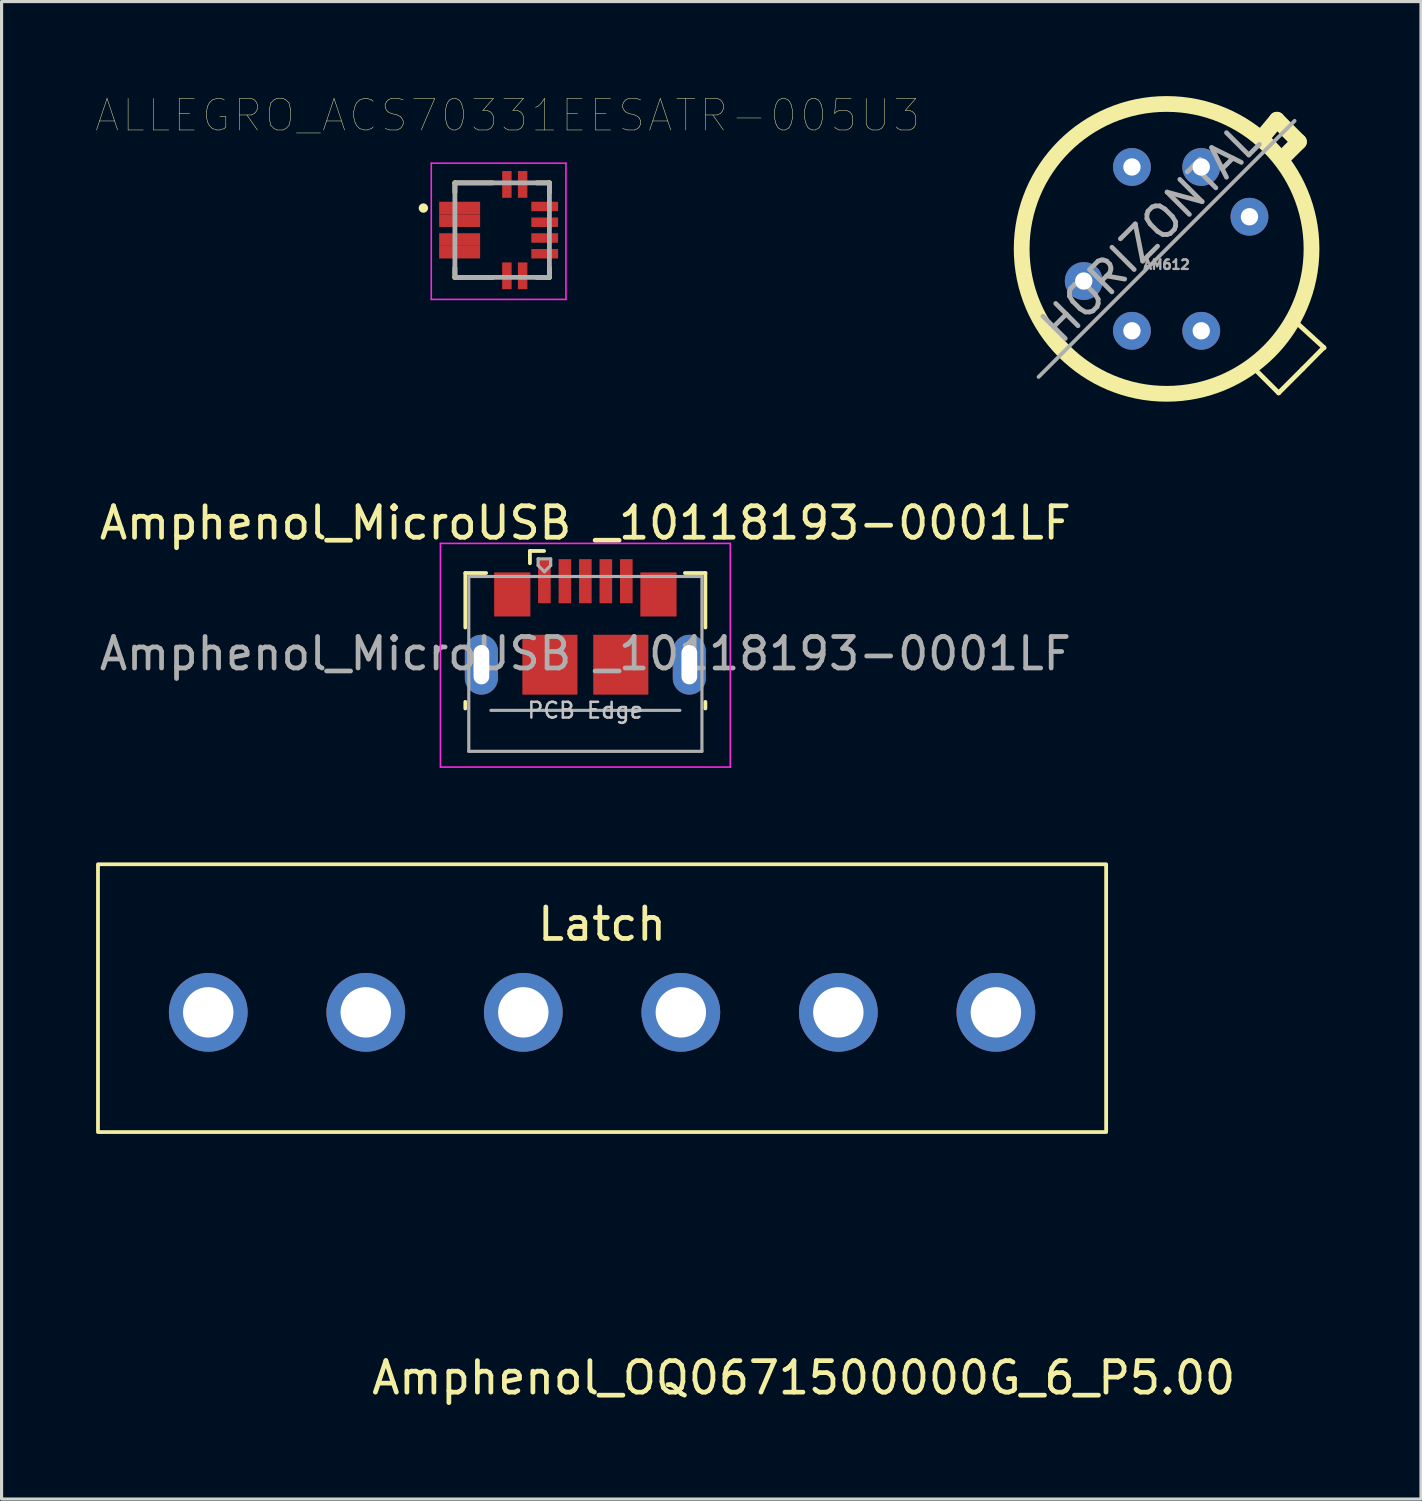
<source format=kicad_pcb>
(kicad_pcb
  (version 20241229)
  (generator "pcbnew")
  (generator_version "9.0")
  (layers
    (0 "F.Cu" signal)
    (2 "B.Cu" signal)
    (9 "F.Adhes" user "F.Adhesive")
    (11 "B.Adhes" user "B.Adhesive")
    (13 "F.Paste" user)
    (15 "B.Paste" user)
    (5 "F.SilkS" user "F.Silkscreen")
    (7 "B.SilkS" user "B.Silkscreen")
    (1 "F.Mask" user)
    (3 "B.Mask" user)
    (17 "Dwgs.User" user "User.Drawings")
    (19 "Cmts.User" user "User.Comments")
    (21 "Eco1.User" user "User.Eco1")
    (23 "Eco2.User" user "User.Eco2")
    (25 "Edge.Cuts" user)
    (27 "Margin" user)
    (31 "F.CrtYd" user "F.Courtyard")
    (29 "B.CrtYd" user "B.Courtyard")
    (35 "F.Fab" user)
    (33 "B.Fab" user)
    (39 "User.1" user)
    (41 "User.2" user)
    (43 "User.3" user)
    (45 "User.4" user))
  (footprint "Amphenol_MicroUSB _10118193-0001LF"
    (layer "F.Cu")
    (at 15.53 18.048)
    (property "Reference" "Amphenol_MicroUSB _10118193-0001LF" (at 0 -4.5 0) (layer "F.SilkS") (effects (font (size 1 1) (thickness 0.15))))
    (attr smd)
    (fp_line (start -3.81 -2.91) (end -3.15 -2.91) (stroke (width 0.12) (type solid)) (layer "F.SilkS"))
    (fp_line (start -3.81 -1.18) (end -3.81 -2.91) (stroke (width 0.12) (type solid)) (layer "F.SilkS"))
    (fp_line (start -3.81 1.39) (end -3.81 1.18) (stroke (width 0.12) (type solid)) (layer "F.SilkS"))
    (fp_line (start -1.76 -3.61) (end -1.76 -3.22) (stroke (width 0.12) (type solid)) (layer "F.SilkS"))
    (fp_line (start -1.76 -3.61) (end -1.31 -3.61) (stroke (width 0.12) (type solid)) (layer "F.SilkS"))
    (fp_line (start 3.81 -2.91) (end 3.16 -2.91) (stroke (width 0.12) (type solid)) (layer "F.SilkS"))
    (fp_line (start 3.81 -1.18) (end 3.81 -2.91) (stroke (width 0.12) (type solid)) (layer "F.SilkS"))
    (fp_line (start 3.81 1.39) (end 3.81 1.18) (stroke (width 0.12) (type solid)) (layer "F.SilkS"))
    (fp_line (start -4.6 -3.85) (end 4.6 -3.85) (stroke (width 0.05) (type solid)) (layer "F.CrtYd"))
    (fp_line (start -4.6 3.25) (end -4.6 -3.85) (stroke (width 0.05) (type solid)) (layer "F.CrtYd"))
    (fp_line (start -4.6 3.25) (end 4.6 3.25) (stroke (width 0.05) (type solid)) (layer "F.CrtYd"))
    (fp_line (start 4.6 -3.85) (end 4.6 3.25) (stroke (width 0.05) (type solid)) (layer "F.CrtYd"))
    (fp_line (start -3.7 -2.8) (end 3.7 -2.8) (stroke (width 0.1) (type solid)) (layer "F.Fab"))
    (fp_line (start -3.7 2.75) (end -3.7 -2.8) (stroke (width 0.1) (type solid)) (layer "F.Fab"))
    (fp_line (start -3.7 2.75) (end 3.7 2.75) (stroke (width 0.1) (type solid)) (layer "F.Fab"))
    (fp_line (start -3 1.45) (end 3 1.45) (stroke (width 0.1) (type solid)) (layer "F.Fab"))
    (fp_line (start -1.5 -3.36) (end -1.5 -3.15) (stroke (width 0.1) (type solid)) (layer "F.Fab"))
    (fp_line (start -1.5 -3.36) (end -1.1 -3.36) (stroke (width 0.1) (type solid)) (layer "F.Fab"))
    (fp_line (start -1.3 -2.95) (end -1.5 -3.15) (stroke (width 0.1) (type solid)) (layer "F.Fab"))
    (fp_line (start -1.1 -3.36) (end -1.1 -3.15) (stroke (width 0.1) (type solid)) (layer "F.Fab"))
    (fp_line (start -1.1 -3.15) (end -1.3 -2.95) (stroke (width 0.1) (type solid)) (layer "F.Fab"))
    (fp_line (start 3.7 2.75) (end 3.7 -2.8) (stroke (width 0.1) (type solid)) (layer "F.Fab"))
    (fp_text user "PCB Edge" (at 0 1.45 0) (layer "Dwgs.User") (effects (font (size 0.5 0.5) (thickness 0.08))))
    (fp_text user "${REFERENCE}" (at 0 -0.35 0) (layer "F.Fab") (effects (font (size 1 1) (thickness 0.15))))
    (pad "1" smd rect (at -1.3 -2.65) (size 0.4 1.4) (layers "F.Cu" "F.Mask" "F.Paste"))
    (pad "2" smd rect (at -0.65 -2.65) (size 0.4 1.4) (layers "F.Cu" "F.Mask" "F.Paste"))
    (pad "3" smd rect (at 0 -2.65) (size 0.4 1.4) (layers "F.Cu" "F.Mask" "F.Paste"))
    (pad "4" smd rect (at 0.65 -2.65) (size 0.4 1.4) (layers "F.Cu" "F.Mask" "F.Paste"))
    (pad "5" smd rect (at 1.3 -2.65) (size 0.4 1.4) (layers "F.Cu" "F.Mask" "F.Paste"))
    (pad "6" thru_hole oval (at -3.3 0 180) (size 1.05 1.9) (drill oval 0.5 1.25) (layers "*.Cu" "*.Mask"))
    (pad "6" smd rect (at -2.32 -2.23) (size 1.15 1.4) (layers "F.Cu" "F.Mask" "F.Paste"))
    (pad "6" smd rect (at -1.125 0) (size 1.75 1.9) (layers "F.Cu" "F.Mask" "F.Paste"))
    (pad "6" smd rect (at 1.125 0) (size 1.75 1.9) (layers "F.Cu" "F.Mask" "F.Paste"))
    (pad "6" smd rect (at 2.32 -2.23) (size 1.15 1.4) (layers "F.Cu" "F.Mask" "F.Paste"))
    (pad "6" thru_hole oval (at 3.3 0) (size 1.05 1.9) (drill oval 0.5 1.25) (layers "*.Cu" "*.Mask")))
  (footprint "Amphenol_OQ0671500000G_6_P5.00"
    (layer "F.Cu")
    (at 16.06 29.083)
    (property "Reference" "Amphenol_OQ0671500000G_6_P5.00" (at 6.4 11.6 0) (unlocked yes) (layer "F.SilkS") (effects (font (size 1 1) (thickness 0.15))))
    (attr through_hole)
    (fp_rect (start -16 -4.7) (end 16 3.8) (stroke (width 0.12) (type solid)) (fill no) (layer "F.SilkS"))
    (fp_text user "Latch" (at 0 -2.8 0) (unlocked yes) (layer "F.SilkS") (effects (font (size 1 1) (thickness 0.15))))
    (pad "1" thru_hole circle (at -12.5 0) (size 2.5 2.5) (drill 1.6) (layers "*.Cu" "*.Mask"))
    (pad "2" thru_hole circle (at -7.5 0) (size 2.5 2.5) (drill 1.6) (layers "*.Cu" "*.Mask"))
    (pad "3" thru_hole circle (at -2.5 0) (size 2.5 2.5) (drill 1.6) (layers "*.Cu" "*.Mask"))
    (pad "4" thru_hole circle (at 2.5 0) (size 2.5 2.5) (drill 1.6) (layers "*.Cu" "*.Mask"))
    (pad "5" thru_hole circle (at 7.5 0) (size 2.5 2.5) (drill 1.6) (layers "*.Cu" "*.Mask"))
    (pad "6" thru_hole circle (at 12.5 0) (size 2.5 2.5) (drill 1.6) (layers "*.Cu" "*.Mask")))
  (footprint "ALLEGRO_ACS70331EESATR-005U3"
    (layer "F.Cu")
    (at 12.889 4.254)
    (property "Reference" "ALLEGRO_ACS70331EESATR-005U3" (at 0.175 -3.641 0) (layer "F.SilkS") (effects (font (size 1.002 1.002) (thickness 0.015))))
    (attr through_hole)
    (fp_line (start -1.5 -1.5) (end -0.3 -1.5) (stroke (width 0.152) (type solid)) (layer "F.SilkS"))
    (fp_line (start -1.5 -1.2) (end -1.5 -1.5) (stroke (width 0.152) (type solid)) (layer "F.SilkS"))
    (fp_line (start -1.5 1.2) (end -1.5 1.5) (stroke (width 0.152) (type solid)) (layer "F.SilkS"))
    (fp_line (start -1.5 1.5) (end -0.3 1.5) (stroke (width 0.152) (type solid)) (layer "F.SilkS"))
    (fp_line (start 1.1 -1.5) (end 1.5 -1.5) (stroke (width 0.152) (type solid)) (layer "F.SilkS"))
    (fp_line (start 1.1 1.5) (end 1.5 1.5) (stroke (width 0.152) (type solid)) (layer "F.SilkS"))
    (fp_line (start 1.5 -1.5) (end 1.5 -1.2) (stroke (width 0.152) (type solid)) (layer "F.SilkS"))
    (fp_line (start 1.5 1.5) (end 1.5 1.2) (stroke (width 0.152) (type solid)) (layer "F.SilkS"))
    (fp_circle (center -2.5 -0.7) (end -2.425 -0.7) (stroke (width 0.15) (type solid)) (fill no) (layer "F.SilkS"))
    (fp_line (start -2.25 -2.125) (end 2.025 -2.125) (stroke (width 0.05) (type solid)) (layer "F.CrtYd"))
    (fp_line (start -2.25 2.2) (end -2.25 -2.125) (stroke (width 0.05) (type solid)) (layer "F.CrtYd"))
    (fp_line (start 2.025 -2.125) (end 2.025 2.2) (stroke (width 0.05) (type solid)) (layer "F.CrtYd"))
    (fp_line (start 2.025 2.2) (end -2.25 2.2) (stroke (width 0.05) (type solid)) (layer "F.CrtYd"))
    (fp_line (start -1.5 -1.5) (end 1.5 -1.5) (stroke (width 0.152) (type solid)) (layer "F.Fab"))
    (fp_line (start -1.5 1.5) (end -1.5 -1.5) (stroke (width 0.152) (type solid)) (layer "F.Fab"))
    (fp_line (start 1.5 -1.5) (end 1.5 1.5) (stroke (width 0.152) (type solid)) (layer "F.Fab"))
    (fp_line (start 1.5 1.5) (end -1.5 1.5) (stroke (width 0.152) (type solid)) (layer "F.Fab"))
    (pad "1" smd rect (at -1.35 -0.7) (size 1.3 0.4) (layers "F.Cu" "F.Mask" "F.Paste"))
    (pad "2" smd rect (at -1.35 -0.3) (size 1.3 0.4) (layers "F.Cu" "F.Mask" "F.Paste"))
    (pad "3" smd rect (at -1.35 0.3) (size 1.3 0.4) (layers "F.Cu" "F.Mask" "F.Paste"))
    (pad "4" smd rect (at -1.35 0.7) (size 1.3 0.4) (layers "F.Cu" "F.Mask" "F.Paste"))
    (pad "5" smd rect (at 0.15 1.45) (size 0.3 0.85) (layers "F.Cu" "F.Mask" "F.Paste"))
    (pad "6" smd rect (at 0.65 1.45) (size 0.3 0.85) (layers "F.Cu" "F.Mask" "F.Paste"))
    (pad "7" smd rect (at 1.35 0.75) (size 0.85 0.3) (layers "F.Cu" "F.Mask" "F.Paste"))
    (pad "8" smd rect (at 1.35 0.25) (size 0.85 0.3) (layers "F.Cu" "F.Mask" "F.Paste"))
    (pad "9" smd rect (at 1.35 -0.25) (size 0.85 0.3) (layers "F.Cu" "F.Mask" "F.Paste"))
    (pad "10" smd rect (at 1.35 -0.75) (size 0.85 0.3) (layers "F.Cu" "F.Mask" "F.Paste"))
    (pad "11" smd rect (at 0.65 -1.45) (size 0.3 0.85) (layers "F.Cu" "F.Mask" "F.Paste"))
    (pad "12" smd rect (at 0.15 -1.45) (size 0.3 0.85) (layers "F.Cu" "F.Mask" "F.Paste")))
  (footprint "AM612"
    (layer "F.Cu")
    (at 33.979 4.85)
    (property "Reference" "AM612" (at 0 0.5 0) (layer "F.Fab") (effects (font (size 0.3 0.3) (thickness 0.075))))
    (attr through_hole)
    (fp_line (start 3 -3.5) (end 3.5 -4.1) (stroke (width 0.5) (type solid)) (layer "F.SilkS"))
    (fp_line (start 3.5 -4.1) (end 4.2 -3.4) (stroke (width 0.5) (type solid)) (layer "F.SilkS"))
    (fp_line (start 3.556 4.572) (end 2.794 3.81) (stroke (width 0.15) (type solid)) (layer "F.SilkS"))
    (fp_line (start 4.2 -3.4) (end 3.65 -2.85) (stroke (width 0.5) (type solid)) (layer "F.SilkS"))
    (fp_line (start 4.318 3.81) (end 3.556 4.572) (stroke (width 0.15) (type solid)) (layer "F.SilkS"))
    (fp_line (start 4.318 3.81) (end 4.99 3.13) (stroke (width 0.15) (type solid)) (layer "F.SilkS"))
    (fp_line (start 5 3.14) (end 4.064 2.286) (stroke (width 0.15) (type solid)) (layer "F.SilkS"))
    (fp_circle (center 0 0) (end 4.6 0) (stroke (width 0.5) (type solid)) (fill no) (layer "F.SilkS"))
    (fp_line (start 4.064 -4.064) (end -4.064 4.064) (stroke (width 0.12) (type solid)) (layer "F.Fab"))
    (fp_text user "HORIZONTAL" (at -0.508 -0.508 45) (layer "F.Fab") (effects (font (size 1 1) (thickness 0.15))))
    (pad "1" thru_hole circle (at 2.63 -1.02) (size 1.2 1.2) (drill 0.55) (layers "*.Cu" "*.Mask"))
    (pad "2" thru_hole circle (at 1.1 -2.6) (size 1.2 1.2) (drill 0.55) (layers "*.Cu" "*.Mask"))
    (pad "3" thru_hole circle (at -1.1 -2.6) (size 1.2 1.2) (drill 0.55) (layers "*.Cu" "*.Mask"))
    (pad "4" thru_hole circle (at -2.63 1.02) (size 1.2 1.2) (drill 0.55) (layers "*.Cu" "*.Mask"))
    (pad "5" thru_hole circle (at -1.1 2.6) (size 1.2 1.2) (drill 0.55) (layers "*.Cu" "*.Mask"))
    (pad "6" thru_hole circle (at 1.1 2.6) (size 1.2 1.2) (drill 0.55) (layers "*.Cu" "*.Mask")))
  (gr_rect
    (start -3 -3)
    (end 42.054 44.532)
    (stroke (width 0.1) (type default))
    (fill no)
    (layer "Edge.Cuts")))
</source>
